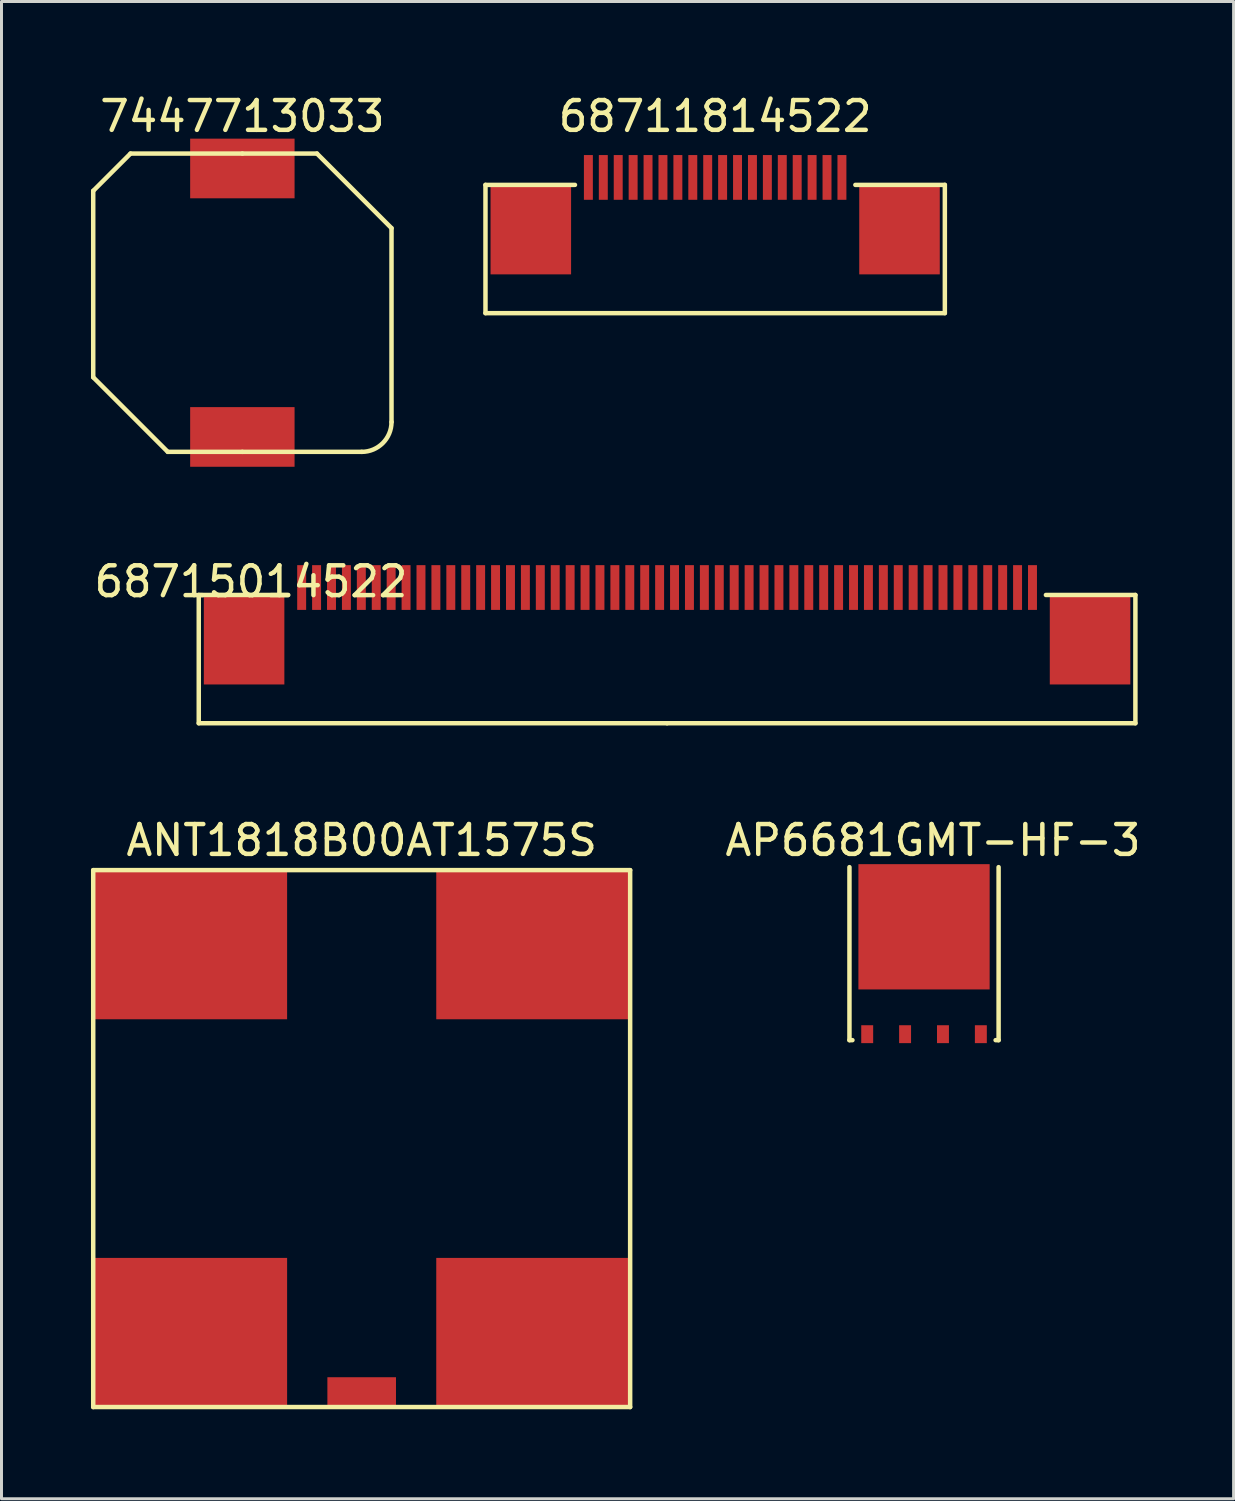
<source format=kicad_pcb>
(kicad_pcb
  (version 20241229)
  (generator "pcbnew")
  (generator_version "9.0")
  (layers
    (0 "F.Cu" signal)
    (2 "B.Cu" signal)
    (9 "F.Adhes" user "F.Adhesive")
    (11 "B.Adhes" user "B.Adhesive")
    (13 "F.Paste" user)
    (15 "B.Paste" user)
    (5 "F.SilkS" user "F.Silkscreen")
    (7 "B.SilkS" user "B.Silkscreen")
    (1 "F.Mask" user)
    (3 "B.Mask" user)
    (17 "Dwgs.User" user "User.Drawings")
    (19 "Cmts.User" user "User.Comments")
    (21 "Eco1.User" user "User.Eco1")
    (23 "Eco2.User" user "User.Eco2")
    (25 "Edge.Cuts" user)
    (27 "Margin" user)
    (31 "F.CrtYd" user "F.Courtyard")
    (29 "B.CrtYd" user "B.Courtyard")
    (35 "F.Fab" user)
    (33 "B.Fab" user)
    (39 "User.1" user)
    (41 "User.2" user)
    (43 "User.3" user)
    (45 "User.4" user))
  (footprint "7447713033"
    (layer "F.Cu")
    (at 5.075 7.098)
    (property "Reference" "7447713033" (at 0 -6.25 0) (layer "F.SilkS") (effects (font (size 1 1) (thickness 0.15))))
    (attr through_hole)
    (fp_line (start -5 2.5) (end -5 -3.75) (stroke (width 0.15) (type solid)) (layer "F.SilkS"))
    (fp_line (start -5 2.5) (end -2.5 5) (stroke (width 0.15) (type solid)) (layer "F.SilkS"))
    (fp_line (start -3.75 -5) (end -5 -3.75) (stroke (width 0.15) (type solid)) (layer "F.SilkS"))
    (fp_line (start -3.75 -5) (end 0 -5) (stroke (width 0.15) (type solid)) (layer "F.SilkS"))
    (fp_line (start 0 -5) (end 2.5 -5) (stroke (width 0.15) (type solid)) (layer "F.SilkS"))
    (fp_line (start 0 5) (end -2.5 5) (stroke (width 0.15) (type solid)) (layer "F.SilkS"))
    (fp_line (start 2.5 -5) (end 5 -2.5) (stroke (width 0.15) (type solid)) (layer "F.SilkS"))
    (fp_line (start 4 5) (end 0 5) (stroke (width 0.15) (type solid)) (layer "F.SilkS"))
    (fp_line (start 5 -2.5) (end 5 4) (stroke (width 0.15) (type solid)) (layer "F.SilkS"))
    (fp_arc (start 5 4) (mid 4.707107 4.707107) (end 4 5) (stroke (width 0.15) (type solid)) (layer "F.SilkS"))
    (pad "1" smd rect (at 0 -4.5) (size 3.5 2) (layers "F.Cu" "F.Mask" "F.Paste"))
    (pad "2" smd rect (at 0 4.5) (size 3.5 2) (layers "F.Cu" "F.Mask" "F.Paste")))
  (footprint "68715014522"
    (layer "F.Cu")
    (at 19.313 16.896)
    (property "Reference" "68715014522" (at -13.95 -0.45 0) (layer "F.SilkS") (effects (font (size 1 1) (thickness 0.15))))
    (attr through_hole)
    (fp_line (start -15.7 0) (end -12.7 0) (stroke (width 0.15) (type solid)) (layer "F.SilkS"))
    (fp_line (start -15.7 4.3) (end -15.7 0) (stroke (width 0.15) (type solid)) (layer "F.SilkS"))
    (fp_line (start -15.7 4.3) (end 0 4.3) (stroke (width 0.15) (type solid)) (layer "F.SilkS"))
    (fp_line (start 0 4.3) (end 15.7 4.3) (stroke (width 0.15) (type solid)) (layer "F.SilkS"))
    (fp_line (start 15.7 0) (end 12.7 0) (stroke (width 0.15) (type solid)) (layer "F.SilkS"))
    (fp_line (start 15.7 4.3) (end 15.7 0) (stroke (width 0.15) (type solid)) (layer "F.SilkS"))
    (pad "1" smd rect (at -12.25 -0.25) (size 0.3 1.5) (layers "F.Cu" "F.Mask" "F.Paste"))
    (pad "2" smd rect (at -11.75 -0.25) (size 0.3 1.5) (layers "F.Cu" "F.Mask" "F.Paste"))
    (pad "3" smd rect (at -11.25 -0.25) (size 0.3 1.5) (layers "F.Cu" "F.Mask" "F.Paste"))
    (pad "4" smd rect (at -10.75 -0.25) (size 0.3 1.5) (layers "F.Cu" "F.Mask" "F.Paste"))
    (pad "5" smd rect (at -10.25 -0.25) (size 0.3 1.5) (layers "F.Cu" "F.Mask" "F.Paste"))
    (pad "6" smd rect (at -9.75 -0.25) (size 0.3 1.5) (layers "F.Cu" "F.Mask" "F.Paste"))
    (pad "7" smd rect (at -9.25 -0.25) (size 0.3 1.5) (layers "F.Cu" "F.Mask" "F.Paste"))
    (pad "8" smd rect (at -8.75 -0.25) (size 0.3 1.5) (layers "F.Cu" "F.Mask" "F.Paste"))
    (pad "9" smd rect (at -8.25 -0.25) (size 0.3 1.5) (layers "F.Cu" "F.Mask" "F.Paste"))
    (pad "10" smd rect (at -7.75 -0.25) (size 0.3 1.5) (layers "F.Cu" "F.Mask" "F.Paste"))
    (pad "11" smd rect (at -7.25 -0.25) (size 0.3 1.5) (layers "F.Cu" "F.Mask" "F.Paste"))
    (pad "12" smd rect (at -6.75 -0.25) (size 0.3 1.5) (layers "F.Cu" "F.Mask" "F.Paste"))
    (pad "13" smd rect (at -6.25 -0.25) (size 0.3 1.5) (layers "F.Cu" "F.Mask" "F.Paste"))
    (pad "14" smd rect (at -5.75 -0.25) (size 0.3 1.5) (layers "F.Cu" "F.Mask" "F.Paste"))
    (pad "15" smd rect (at -5.25 -0.25) (size 0.3 1.5) (layers "F.Cu" "F.Mask" "F.Paste"))
    (pad "16" smd rect (at -4.75 -0.25) (size 0.3 1.5) (layers "F.Cu" "F.Mask" "F.Paste"))
    (pad "17" smd rect (at -4.25 -0.25) (size 0.3 1.5) (layers "F.Cu" "F.Mask" "F.Paste"))
    (pad "18" smd rect (at -3.75 -0.25) (size 0.3 1.5) (layers "F.Cu" "F.Mask" "F.Paste"))
    (pad "19" smd rect (at -3.25 -0.25) (size 0.3 1.5) (layers "F.Cu" "F.Mask" "F.Paste"))
    (pad "20" smd rect (at -2.75 -0.25) (size 0.3 1.5) (layers "F.Cu" "F.Mask" "F.Paste"))
    (pad "21" smd rect (at -2.25 -0.25) (size 0.3 1.5) (layers "F.Cu" "F.Mask" "F.Paste"))
    (pad "22" smd rect (at -1.75 -0.25) (size 0.3 1.5) (layers "F.Cu" "F.Mask" "F.Paste"))
    (pad "23" smd rect (at -1.25 -0.25) (size 0.3 1.5) (layers "F.Cu" "F.Mask" "F.Paste"))
    (pad "24" smd rect (at -0.75 -0.25) (size 0.3 1.5) (layers "F.Cu" "F.Mask" "F.Paste"))
    (pad "25" smd rect (at -0.25 -0.25) (size 0.3 1.5) (layers "F.Cu" "F.Mask" "F.Paste"))
    (pad "26" smd rect (at 0.25 -0.25) (size 0.3 1.5) (layers "F.Cu" "F.Mask" "F.Paste"))
    (pad "27" smd rect (at 0.75 -0.25) (size 0.3 1.5) (layers "F.Cu" "F.Mask" "F.Paste"))
    (pad "28" smd rect (at 1.25 -0.25) (size 0.3 1.5) (layers "F.Cu" "F.Mask" "F.Paste"))
    (pad "29" smd rect (at 1.75 -0.25) (size 0.3 1.5) (layers "F.Cu" "F.Mask" "F.Paste"))
    (pad "30" smd rect (at 2.25 -0.25) (size 0.3 1.5) (layers "F.Cu" "F.Mask" "F.Paste"))
    (pad "31" smd rect (at 2.75 -0.25) (size 0.3 1.5) (layers "F.Cu" "F.Mask" "F.Paste"))
    (pad "32" smd rect (at 3.25 -0.25) (size 0.3 1.5) (layers "F.Cu" "F.Mask" "F.Paste"))
    (pad "33" smd rect (at 3.75 -0.25) (size 0.3 1.5) (layers "F.Cu" "F.Mask" "F.Paste"))
    (pad "34" smd rect (at 4.25 -0.25) (size 0.3 1.5) (layers "F.Cu" "F.Mask" "F.Paste"))
    (pad "35" smd rect (at 4.75 -0.25) (size 0.3 1.5) (layers "F.Cu" "F.Mask" "F.Paste"))
    (pad "36" smd rect (at 5.25 -0.25) (size 0.3 1.5) (layers "F.Cu" "F.Mask" "F.Paste"))
    (pad "37" smd rect (at 5.75 -0.25) (size 0.3 1.5) (layers "F.Cu" "F.Mask" "F.Paste"))
    (pad "38" smd rect (at 6.25 -0.25) (size 0.3 1.5) (layers "F.Cu" "F.Mask" "F.Paste"))
    (pad "39" smd rect (at 6.75 -0.25) (size 0.3 1.5) (layers "F.Cu" "F.Mask" "F.Paste"))
    (pad "40" smd rect (at 7.25 -0.25) (size 0.3 1.5) (layers "F.Cu" "F.Mask" "F.Paste"))
    (pad "41" smd rect (at 7.75 -0.25) (size 0.3 1.5) (layers "F.Cu" "F.Mask" "F.Paste"))
    (pad "42" smd rect (at 8.25 -0.25) (size 0.3 1.5) (layers "F.Cu" "F.Mask" "F.Paste"))
    (pad "43" smd rect (at 8.75 -0.25) (size 0.3 1.5) (layers "F.Cu" "F.Mask" "F.Paste"))
    (pad "44" smd rect (at 9.25 -0.25) (size 0.3 1.5) (layers "F.Cu" "F.Mask" "F.Paste"))
    (pad "45" smd rect (at 9.75 -0.25) (size 0.3 1.5) (layers "F.Cu" "F.Mask" "F.Paste"))
    (pad "46" smd rect (at 10.25 -0.25) (size 0.3 1.5) (layers "F.Cu" "F.Mask" "F.Paste"))
    (pad "47" smd rect (at 10.75 -0.25) (size 0.3 1.5) (layers "F.Cu" "F.Mask" "F.Paste"))
    (pad "48" smd rect (at 11.25 -0.25) (size 0.3 1.5) (layers "F.Cu" "F.Mask" "F.Paste"))
    (pad "49" smd rect (at 11.75 -0.25) (size 0.3 1.5) (layers "F.Cu" "F.Mask" "F.Paste"))
    (pad "50" smd rect (at 12.25 -0.25) (size 0.3 1.5) (layers "F.Cu" "F.Mask" "F.Paste"))
    (pad "FN" smd rect (at -14.18 1.5) (size 2.7 3) (layers "F.Cu" "F.Mask" "F.Paste"))
    (pad "FN" smd rect (at 14.18 1.5) (size 2.7 3) (layers "F.Cu" "F.Mask" "F.Paste")))
  (footprint "ANT1818B00AT1575S"
    (layer "F.Cu")
    (at 9.075 35.12)
    (property "Reference" "ANT1818B00AT1575S" (at 0 -10 0) (layer "F.SilkS") (effects (font (size 1 1) (thickness 0.15))))
    (attr through_hole)
    (fp_line (start -9 -9) (end 9 -9) (stroke (width 0.15) (type solid)) (layer "F.SilkS"))
    (fp_line (start -9 9) (end -9 -9) (stroke (width 0.15) (type solid)) (layer "F.SilkS"))
    (fp_line (start 9 -9) (end 9 9) (stroke (width 0.15) (type solid)) (layer "F.SilkS"))
    (fp_line (start 9 9) (end -9 9) (stroke (width 0.15) (type solid)) (layer "F.SilkS"))
    (pad "1" smd rect (at 0 8.5) (size 2.3 1) (layers "F.Cu" "F.Mask" "F.Paste"))
    (pad "2" smd rect (at -5.75 -6.5) (size 6.5 5) (layers "F.Cu" "F.Mask" "F.Paste"))
    (pad "2" smd rect (at -5.75 6.5) (size 6.5 5) (layers "F.Cu" "F.Mask" "F.Paste"))
    (pad "2" smd rect (at 5.75 -6.5) (size 6.5 5) (layers "F.Cu" "F.Mask" "F.Paste"))
    (pad "2" smd rect (at 5.75 6.5) (size 6.5 5) (layers "F.Cu" "F.Mask" "F.Paste")))
  (footprint "68711814522"
    (layer "F.Cu")
    (at 20.925 3.148)
    (property "Reference" "68711814522" (at 0 -2.3 0) (layer "F.SilkS") (effects (font (size 1 1) (thickness 0.15))))
    (attr through_hole)
    (fp_line (start -7.7 0) (end -4.7 0) (stroke (width 0.15) (type solid)) (layer "F.SilkS"))
    (fp_line (start -7.7 4.3) (end -7.7 0) (stroke (width 0.15) (type solid)) (layer "F.SilkS"))
    (fp_line (start -7.7 4.3) (end 7.7 4.3) (stroke (width 0.15) (type solid)) (layer "F.SilkS"))
    (fp_line (start 7.7 0) (end 4.7 0) (stroke (width 0.15) (type solid)) (layer "F.SilkS"))
    (fp_line (start 7.7 4.3) (end 7.7 0) (stroke (width 0.15) (type solid)) (layer "F.SilkS"))
    (pad "1" smd rect (at -3.75 -0.25) (size 0.3 1.5) (layers "F.Cu" "F.Mask" "F.Paste"))
    (pad "2" smd rect (at -4.25 -0.25) (size 0.3 1.5) (layers "F.Cu" "F.Mask" "F.Paste"))
    (pad "3" smd rect (at -3.25 -0.25) (size 0.3 1.5) (layers "F.Cu" "F.Mask" "F.Paste"))
    (pad "4" smd rect (at -2.75 -0.25) (size 0.3 1.5) (layers "F.Cu" "F.Mask" "F.Paste"))
    (pad "5" smd rect (at -2.25 -0.25) (size 0.3 1.5) (layers "F.Cu" "F.Mask" "F.Paste"))
    (pad "6" smd rect (at -1.75 -0.25) (size 0.3 1.5) (layers "F.Cu" "F.Mask" "F.Paste"))
    (pad "7" smd rect (at -1.25 -0.25) (size 0.3 1.5) (layers "F.Cu" "F.Mask" "F.Paste"))
    (pad "8" smd rect (at -0.75 -0.25) (size 0.3 1.5) (layers "F.Cu" "F.Mask" "F.Paste"))
    (pad "9" smd rect (at -0.25 -0.25) (size 0.3 1.5) (layers "F.Cu" "F.Mask" "F.Paste"))
    (pad "10" smd rect (at 0.25 -0.25) (size 0.3 1.5) (layers "F.Cu" "F.Mask" "F.Paste"))
    (pad "11" smd rect (at 0.75 -0.25) (size 0.3 1.5) (layers "F.Cu" "F.Mask" "F.Paste"))
    (pad "12" smd rect (at 1.25 -0.25) (size 0.3 1.5) (layers "F.Cu" "F.Mask" "F.Paste"))
    (pad "13" smd rect (at 1.75 -0.25) (size 0.3 1.5) (layers "F.Cu" "F.Mask" "F.Paste"))
    (pad "14" smd rect (at 2.25 -0.25) (size 0.3 1.5) (layers "F.Cu" "F.Mask" "F.Paste"))
    (pad "15" smd rect (at 2.75 -0.25) (size 0.3 1.5) (layers "F.Cu" "F.Mask" "F.Paste"))
    (pad "16" smd rect (at 3.25 -0.25) (size 0.3 1.5) (layers "F.Cu" "F.Mask" "F.Paste"))
    (pad "17" smd rect (at 3.75 -0.25) (size 0.3 1.5) (layers "F.Cu" "F.Mask" "F.Paste"))
    (pad "18" smd rect (at 4.25 -0.25) (size 0.3 1.5) (layers "F.Cu" "F.Mask" "F.Paste"))
    (pad "FN" smd rect (at -6.18 1.5) (size 2.7 3) (layers "F.Cu" "F.Mask" "F.Paste"))
    (pad "FN" smd rect (at 6.18 1.5) (size 2.7 3) (layers "F.Cu" "F.Mask" "F.Paste")))
  (footprint "AP6681GMT-HF-3"
    (layer "F.Cu")
    (at 27.927 31.92)
    (property "Reference" "AP6681GMT-HF-3" (at 0.3 -6.8 0) (layer "F.SilkS") (effects (font (size 1 1) (thickness 0.15))))
    (attr through_hole)
    (fp_line (start -2.5 -5.9) (end -2.5 -0.1) (stroke (width 0.15) (type solid)) (layer "F.SilkS"))
    (fp_line (start -2.5 -0.1) (end -2.4 -0.1) (stroke (width 0.15) (type solid)) (layer "F.SilkS"))
    (fp_line (start 2.5 -0.1) (end 2.4 -0.1) (stroke (width 0.15) (type solid)) (layer "F.SilkS"))
    (fp_line (start 2.5 -0.1) (end 2.5 -5.9) (stroke (width 0.15) (type solid)) (layer "F.SilkS"))
    (pad "1" smd rect (at -1.905 -0.3) (size 0.4 0.6) (layers "F.Cu" "F.Mask" "F.Paste"))
    (pad "2" smd rect (at -0.635 -0.3) (size 0.4 0.6) (layers "F.Cu" "F.Mask" "F.Paste"))
    (pad "3" smd rect (at 0.635 -0.3) (size 0.4 0.6) (layers "F.Cu" "F.Mask" "F.Paste"))
    (pad "4" smd rect (at 1.905 -0.3) (size 0.4 0.6) (layers "F.Cu" "F.Mask" "F.Paste"))
    (pad "5" smd rect (at 0 -3.9) (size 4.4 4.2) (layers "F.Cu" "F.Mask" "F.Paste")))
  (gr_rect
    (start -3 -3)
    (end 38.305 47.195)
    (stroke (width 0.1) (type default))
    (fill no)
    (layer "Edge.Cuts")))
</source>
